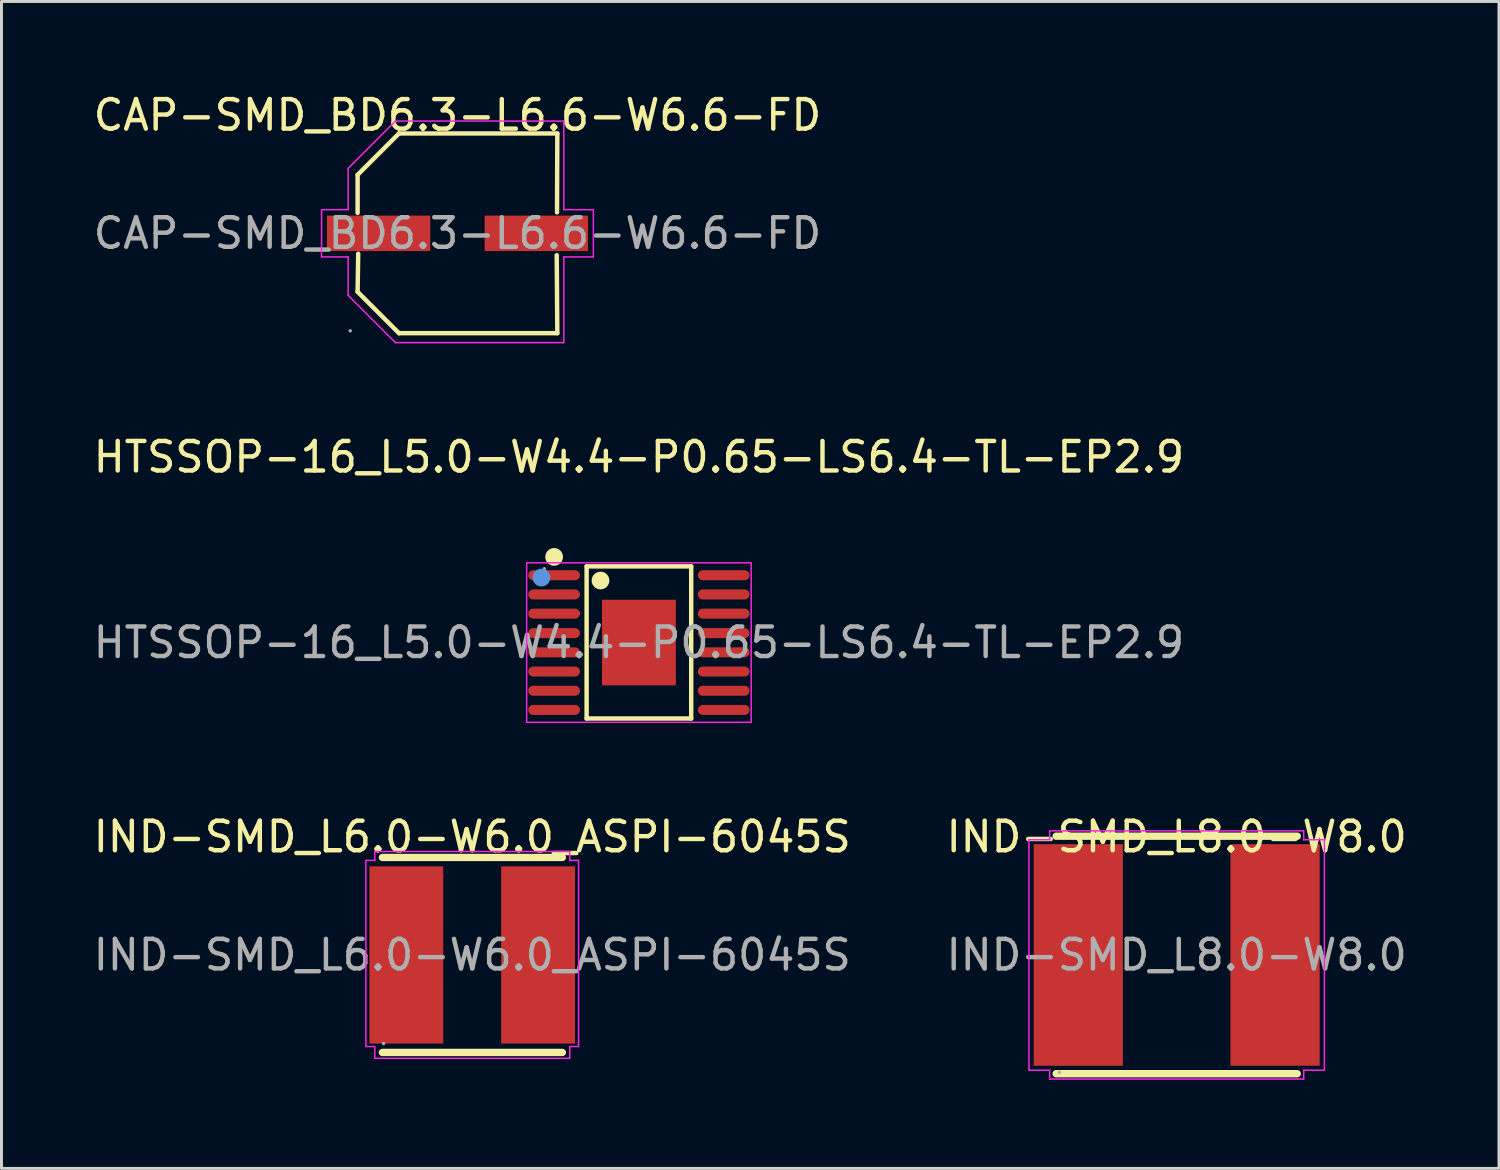
<source format=kicad_pcb>
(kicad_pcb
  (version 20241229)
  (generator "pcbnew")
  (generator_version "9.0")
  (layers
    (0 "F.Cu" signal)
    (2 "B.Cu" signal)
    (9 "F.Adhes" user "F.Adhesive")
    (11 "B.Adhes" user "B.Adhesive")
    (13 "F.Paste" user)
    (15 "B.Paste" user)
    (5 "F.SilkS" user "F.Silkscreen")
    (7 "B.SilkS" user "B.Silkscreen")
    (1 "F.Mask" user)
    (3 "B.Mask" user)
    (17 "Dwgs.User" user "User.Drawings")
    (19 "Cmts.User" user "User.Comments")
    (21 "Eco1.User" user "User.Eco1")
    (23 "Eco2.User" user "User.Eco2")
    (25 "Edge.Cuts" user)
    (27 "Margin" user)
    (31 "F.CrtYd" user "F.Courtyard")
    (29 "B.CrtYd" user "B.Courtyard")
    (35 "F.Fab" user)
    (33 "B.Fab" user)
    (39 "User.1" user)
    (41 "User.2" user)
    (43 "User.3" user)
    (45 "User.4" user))
  (footprint "IND-SMD_L6.0-W6.0_ASPI-6045S"
    (layer "F.Cu")
    (at 12.935 29.275)
    (property "Reference" "IND-SMD_L6.0-W6.0_ASPI-6045S" (at 0 -4 0) (layer "F.SilkS") (effects (font (size 1 1) (thickness 0.15))))
    (attr smd)
    (fp_line (start -3.04 3.3) (end 3.05 3.3) (stroke (width 0.25) (type solid)) (layer "F.SilkS"))
    (fp_line (start 3.05 -3.3) (end -3.04 -3.3) (stroke (width 0.25) (type solid)) (layer "F.SilkS"))
    (fp_line (start -3.6 -3.2) (end -3.3 -3.2) (stroke (width 0.05) (type default)) (layer "F.CrtYd"))
    (fp_line (start -3.6 3.1) (end -3.6 -3.2) (stroke (width 0.05) (type default)) (layer "F.CrtYd"))
    (fp_line (start -3.3 -3.5) (end 3.3 -3.5) (stroke (width 0.05) (type default)) (layer "F.CrtYd"))
    (fp_line (start -3.3 -3.2) (end -3.3 -3.5) (stroke (width 0.05) (type default)) (layer "F.CrtYd"))
    (fp_line (start -3.3 3.1) (end -3.6 3.1) (stroke (width 0.05) (type default)) (layer "F.CrtYd"))
    (fp_line (start -3.3 3.5) (end -3.3 3.1) (stroke (width 0.05) (type default)) (layer "F.CrtYd"))
    (fp_line (start -3.3 3.5) (end 3.3 3.5) (stroke (width 0.05) (type default)) (layer "F.CrtYd"))
    (fp_line (start 3.3 -3.5) (end 3.3 -3.2) (stroke (width 0.05) (type default)) (layer "F.CrtYd"))
    (fp_line (start 3.3 -3.2) (end 3.6 -3.2) (stroke (width 0.05) (type default)) (layer "F.CrtYd"))
    (fp_line (start 3.3 3.5) (end 3.3 3.1) (stroke (width 0.05) (type default)) (layer "F.CrtYd"))
    (fp_line (start 3.6 -3.2) (end 3.6 3.1) (stroke (width 0.05) (type default)) (layer "F.CrtYd"))
    (fp_line (start 3.6 3.1) (end 3.3 3.1) (stroke (width 0.05) (type default)) (layer "F.CrtYd"))
    (fp_circle (center -3 3) (end -2.97 3) (stroke (width 0.06) (type solid)) (fill no) (layer "F.Fab"))
    (fp_text user "${REFERENCE}" (at 0 0 0) (layer "F.Fab") (effects (font (size 1 1) (thickness 0.15))))
    (pad "1" smd rect (at -2.23 0) (size 2.5 6) (layers "F.Cu" "F.Mask" "F.Paste"))
    (pad "2" smd rect (at 2.23 0) (size 2.5 6) (layers "F.Cu" "F.Mask" "F.Paste")))
  (footprint "IND-SMD_L8.0-W8.0"
    (layer "F.Cu")
    (at 36.78 29.275)
    (property "Reference" "IND-SMD_L8.0-W8.0" (at 0 -4 0) (layer "F.SilkS") (effects (font (size 1 1) (thickness 0.15))))
    (attr smd)
    (fp_line (start -4.08 -4.02) (end 4.08 -4.02) (stroke (width 0.25) (type solid)) (layer "F.SilkS"))
    (fp_line (start -4.08 4.02) (end 4.08 4.02) (stroke (width 0.25) (type solid)) (layer "F.SilkS"))
    (fp_line (start -5 -3.9) (end -4.8 -3.9) (stroke (width 0.05) (type default)) (layer "F.CrtYd"))
    (fp_line (start -5 3.9) (end -5 -3.9) (stroke (width 0.05) (type default)) (layer "F.CrtYd"))
    (fp_line (start -4.8 -3.9) (end -4.3 -3.9) (stroke (width 0.05) (type default)) (layer "F.CrtYd"))
    (fp_line (start -4.3 -4.2) (end 4.3 -4.2) (stroke (width 0.05) (type default)) (layer "F.CrtYd"))
    (fp_line (start -4.3 -3.9) (end -4.3 -4.2) (stroke (width 0.05) (type default)) (layer "F.CrtYd"))
    (fp_line (start -4.3 3.9) (end -5 3.9) (stroke (width 0.05) (type default)) (layer "F.CrtYd"))
    (fp_line (start -4.3 4.2) (end -4.3 3.9) (stroke (width 0.05) (type default)) (layer "F.CrtYd"))
    (fp_line (start 4.3 -4.2) (end 4.3 -3.9) (stroke (width 0.05) (type default)) (layer "F.CrtYd"))
    (fp_line (start 4.3 -3.9) (end 5 -3.9) (stroke (width 0.05) (type default)) (layer "F.CrtYd"))
    (fp_line (start 4.3 3.9) (end 4.3 4.2) (stroke (width 0.05) (type default)) (layer "F.CrtYd"))
    (fp_line (start 4.3 4.2) (end -4.3 4.2) (stroke (width 0.05) (type default)) (layer "F.CrtYd"))
    (fp_line (start 5 -3.9) (end 5 3.9) (stroke (width 0.05) (type default)) (layer "F.CrtYd"))
    (fp_line (start 5 3.9) (end 4.3 3.9) (stroke (width 0.05) (type default)) (layer "F.CrtYd"))
    (fp_circle (center -3.97 3.97) (end -3.94 3.97) (stroke (width 0.06) (type solid)) (fill no) (layer "F.Fab"))
    (fp_text user "${REFERENCE}" (at 0 0 0) (layer "F.Fab") (effects (font (size 1 1) (thickness 0.15))))
    (pad "1" smd rect (at 3.33 0) (size 3.02 7.5) (layers "F.Cu" "F.Mask" "F.Paste"))
    (pad "2" smd rect (at -3.33 0) (size 3.02 7.5) (layers "F.Cu" "F.Mask" "F.Paste")))
  (footprint "CAP-SMD_BD6.3-L6.6-W6.6-FD"
    (layer "F.Cu")
    (at 12.435 4.848)
    (property "Reference" "CAP-SMD_BD6.3-L6.6-W6.6-FD" (at 0 -4 0) (layer "F.SilkS") (effects (font (size 1 1) (thickness 0.15))))
    (attr smd)
    (fp_line (start -3.38 -1.98) (end -3.38 -0.69) (stroke (width 0.15) (type solid)) (layer "F.SilkS"))
    (fp_line (start -3.38 1.98) (end -3.36 0.69) (stroke (width 0.15) (type solid)) (layer "F.SilkS"))
    (fp_line (start -1.98 -3.38) (end -3.38 -1.98) (stroke (width 0.15) (type solid)) (layer "F.SilkS"))
    (fp_line (start -1.98 3.38) (end -3.38 1.98) (stroke (width 0.15) (type solid)) (layer "F.SilkS"))
    (fp_line (start 3.36 0.74) (end 3.38 3.38) (stroke (width 0.15) (type solid)) (layer "F.SilkS"))
    (fp_line (start 3.37 -0.71) (end 3.38 -3.38) (stroke (width 0.15) (type solid)) (layer "F.SilkS"))
    (fp_line (start 3.38 -3.38) (end -1.98 -3.38) (stroke (width 0.15) (type solid)) (layer "F.SilkS"))
    (fp_line (start 3.38 3.38) (end -1.98 3.38) (stroke (width 0.15) (type solid)) (layer "F.SilkS"))
    (fp_line (start -4.6 -0.8) (end -3.7 -0.8) (stroke (width 0.05) (type default)) (layer "F.CrtYd"))
    (fp_line (start -4.6 0.8) (end -4.6 -0.8) (stroke (width 0.05) (type default)) (layer "F.CrtYd"))
    (fp_line (start -3.7 -2.2) (end -3.5 -2.4) (stroke (width 0.05) (type default)) (layer "F.CrtYd"))
    (fp_line (start -3.7 -0.8) (end -3.7 -2.2) (stroke (width 0.05) (type default)) (layer "F.CrtYd"))
    (fp_line (start -3.7 0.8) (end -4.6 0.8) (stroke (width 0.05) (type default)) (layer "F.CrtYd"))
    (fp_line (start -3.7 2.1) (end -3.7 0.8) (stroke (width 0.05) (type default)) (layer "F.CrtYd"))
    (fp_line (start -3.5 -2.4) (end -2.1 -3.8) (stroke (width 0.05) (type default)) (layer "F.CrtYd"))
    (fp_line (start -2.1 -3.8) (end 3.6 -3.8) (stroke (width 0.05) (type default)) (layer "F.CrtYd"))
    (fp_line (start -2.1 3.7) (end -3.7 2.1) (stroke (width 0.05) (type default)) (layer "F.CrtYd"))
    (fp_line (start 3.6 -3.8) (end 3.6 -0.8) (stroke (width 0.05) (type default)) (layer "F.CrtYd"))
    (fp_line (start 3.6 -0.8) (end 4.6 -0.8) (stroke (width 0.05) (type default)) (layer "F.CrtYd"))
    (fp_line (start 3.6 0.8) (end 3.6 3.7) (stroke (width 0.05) (type default)) (layer "F.CrtYd"))
    (fp_line (start 3.6 3.7) (end -2.1 3.7) (stroke (width 0.05) (type default)) (layer "F.CrtYd"))
    (fp_line (start 4.6 -0.8) (end 4.6 0.8) (stroke (width 0.05) (type default)) (layer "F.CrtYd"))
    (fp_line (start 4.6 0.8) (end 3.6 0.8) (stroke (width 0.05) (type default)) (layer "F.CrtYd"))
    (fp_circle (center -3.63 3.3) (end -3.6 3.3) (stroke (width 0.06) (type solid)) (fill no) (layer "F.Fab"))
    (fp_text user "${REFERENCE}" (at 0 0 0) (layer "F.Fab") (effects (font (size 1 1) (thickness 0.15))))
    (pad "1" smd rect (at -2.67 0) (size 3.5 1.2) (layers "F.Cu" "F.Mask" "F.Paste"))
    (pad "2" smd rect (at 2.67 0) (size 3.5 1.2) (layers "F.Cu" "F.Mask" "F.Paste")))
  (footprint "HTSSOP-16_L5.0-W4.4-P0.65-LS6.4-TL-EP2.9"
    (layer "F.Cu")
    (at 18.577 18.701)
    (property "Reference" "HTSSOP-16_L5.0-W4.4-P0.65-LS6.4-TL-EP2.9" (at 0 -6.28 0) (layer "F.SilkS") (effects (font (size 1 1) (thickness 0.15))))
    (attr smd)
    (fp_line (start -1.77 -2.58) (end 1.77 -2.58) (stroke (width 0.15) (type solid)) (layer "F.SilkS"))
    (fp_line (start -1.77 2.57) (end -1.77 -2.58) (stroke (width 0.15) (type solid)) (layer "F.SilkS"))
    (fp_line (start 1.77 -2.58) (end 1.77 2.57) (stroke (width 0.15) (type solid)) (layer "F.SilkS"))
    (fp_line (start 1.77 2.57) (end -1.77 2.57) (stroke (width 0.15) (type solid)) (layer "F.SilkS"))
    (fp_circle (center -2.87 -2.9) (end -2.72 -2.9) (stroke (width 0.3) (type solid)) (fill no) (layer "F.SilkS"))
    (fp_circle (center -1.3 -2.1) (end -1.15 -2.1) (stroke (width 0.3) (type solid)) (fill no) (layer "F.SilkS"))
    (fp_circle (center -3.3 -2.2) (end -3.15 -2.2) (stroke (width 0.3) (type solid)) (fill no) (layer "Cmts.User"))
    (fp_rect (start -3.8 -2.7) (end 3.8 2.7) (stroke (width 0.05) (type default)) (fill no) (layer "F.CrtYd"))
    (fp_circle (center -3.2 -2.5) (end -3.17 -2.5) (stroke (width 0.06) (type solid)) (fill no) (layer "F.Fab"))
    (fp_text user "${REFERENCE}" (at 0 0 0) (layer "F.Fab") (effects (font (size 1 1) (thickness 0.15))))
    (pad "1" smd oval (at -2.87 -2.28) (size 1.75 0.34) (layers "F.Cu" "F.Mask" "F.Paste"))
    (pad "2" smd oval (at -2.87 -1.63) (size 1.75 0.34) (layers "F.Cu" "F.Mask" "F.Paste"))
    (pad "3" smd oval (at -2.87 -0.98) (size 1.75 0.34) (layers "F.Cu" "F.Mask" "F.Paste"))
    (pad "4" smd oval (at -2.87 -0.32) (size 1.75 0.34) (layers "F.Cu" "F.Mask" "F.Paste"))
    (pad "5" smd oval (at -2.87 0.33) (size 1.75 0.34) (layers "F.Cu" "F.Mask" "F.Paste"))
    (pad "6" smd oval (at -2.87 0.98) (size 1.75 0.34) (layers "F.Cu" "F.Mask" "F.Paste"))
    (pad "6" smd oval (at -2.87 1.63) (size 1.75 0.34) (layers "F.Cu" "F.Mask" "F.Paste"))
    (pad "6" smd oval (at -2.87 2.28) (size 1.75 0.34) (layers "F.Cu" "F.Mask" "F.Paste"))
    (pad "6" smd oval (at 2.87 0.98) (size 1.75 0.34) (layers "F.Cu" "F.Mask" "F.Paste"))
    (pad "6" smd oval (at 2.87 1.63) (size 1.75 0.34) (layers "F.Cu" "F.Mask" "F.Paste"))
    (pad "6" smd oval (at 2.87 2.28) (size 1.75 0.34) (layers "F.Cu" "F.Mask" "F.Paste"))
    (pad "12" smd oval (at 2.87 0.33) (size 1.75 0.34) (layers "F.Cu" "F.Mask" "F.Paste"))
    (pad "13" smd oval (at 2.87 -0.32) (size 1.75 0.34) (layers "F.Cu" "F.Mask" "F.Paste"))
    (pad "14" smd oval (at 2.87 -0.98) (size 1.75 0.34) (layers "F.Cu" "F.Mask" "F.Paste"))
    (pad "15" smd oval (at 2.87 -1.63) (size 1.75 0.34) (layers "F.Cu" "F.Mask" "F.Paste"))
    (pad "16" smd oval (at 2.87 -2.28) (size 1.75 0.34) (layers "F.Cu" "F.Mask" "F.Paste"))
    (pad "17" smd rect (at 0 0) (size 2.5 2.9) (layers "F.Cu" "F.Mask" "F.Paste")))
  (gr_rect
    (start -3 -3)
    (end 47.69 36.5)
    (stroke (width 0.1) (type default))
    (fill no)
    (layer "Edge.Cuts")))
</source>
